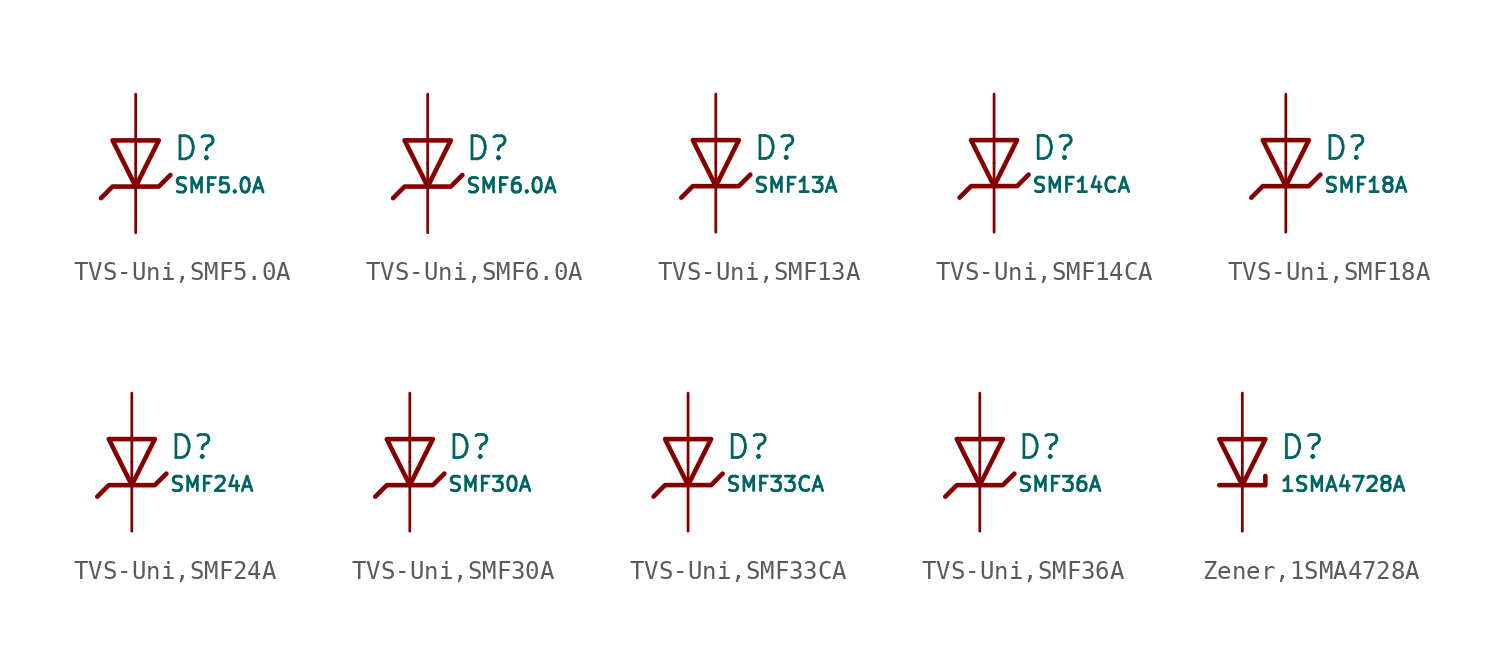
<source format=kicad_sym>
(kicad_symbol_lib
  (version 20231120)
  (generator "CDFER")
  (generator_version "8.0")
  (symbol "TVS-Uni,SMF5.0A"
    (pin_numbers hide)
    (pin_names
      (offset 0))
    (property "Reference" "D"
      (at 2.032 0.834 0)
      (effects (font (size 1.27 1.27)) (justify left)))
    (property "Value" "SMF5.0A"
      (at 2.032 -1.212 0)
      (effects (font (size 0.8 0.8)) (justify left)))
    (symbol "TVS-Uni,SMF5.0A_0_1"
      (polyline (pts (xy -1.27 1.27) (xy 0.00 -1.27) (xy 1.27 1.27) (xy -1.27 1.27)) (stroke (width 0.254) (type default)) (fill (type none))))
    (symbol "TVS-Uni,SMF5.0A_0_1"
      (polyline (pts (xy -1.905 -1.905) (xy -1.27 -1.27) (xy 1.27 -1.27) (xy 1.905 -0.635)) (stroke (width 0.254) (type default)) (fill (type none))))
    (symbol "TVS-Uni,SMF5.0A_1_1"
      (pin passive line (at 0 3.81 270) (length 3.81) (name "~" (effects (font (size 1.27 1.27)))) (number "2" (effects (font (size 1.27 1.27)))))
      (pin passive line (at 0 -3.81 90) (length 3.81) (name "~" (effects (font (size 1.27 1.27)))) (number "1" (effects (font (size 1.27 1.27)))))))
  (symbol "TVS-Uni,SMF6.0A"
    (pin_numbers hide)
    (pin_names
      (offset 0))
    (property "Reference" "D"
      (at 2.032 0.834 0)
      (effects (font (size 1.27 1.27)) (justify left)))
    (property "Value" "SMF6.0A"
      (at 2.032 -1.212 0)
      (effects (font (size 0.8 0.8)) (justify left)))
    (symbol "TVS-Uni,SMF6.0A_0_1"
      (polyline (pts (xy -1.27 1.27) (xy 0.00 -1.27) (xy 1.27 1.27) (xy -1.27 1.27)) (stroke (width 0.254) (type default)) (fill (type none))))
    (symbol "TVS-Uni,SMF6.0A_0_1"
      (polyline (pts (xy -1.905 -1.905) (xy -1.27 -1.27) (xy 1.27 -1.27) (xy 1.905 -0.635)) (stroke (width 0.254) (type default)) (fill (type none))))
    (symbol "TVS-Uni,SMF6.0A_1_1"
      (pin passive line (at 0 3.81 270) (length 3.81) (name "~" (effects (font (size 1.27 1.27)))) (number "2" (effects (font (size 1.27 1.27)))))
      (pin passive line (at 0 -3.81 90) (length 3.81) (name "~" (effects (font (size 1.27 1.27)))) (number "1" (effects (font (size 1.27 1.27)))))))
  (symbol "TVS-Uni,SMF13A"
    (pin_numbers hide)
    (pin_names
      (offset 0))
    (property "Reference" "D"
      (at 2.032 0.834 0)
      (effects (font (size 1.27 1.27)) (justify left)))
    (property "Value" "SMF13A"
      (at 2.032 -1.212 0)
      (effects (font (size 0.8 0.8)) (justify left)))
    (symbol "TVS-Uni,SMF13A_0_1"
      (polyline (pts (xy -1.27 1.27) (xy 0.00 -1.27) (xy 1.27 1.27) (xy -1.27 1.27)) (stroke (width 0.254) (type default)) (fill (type none))))
    (symbol "TVS-Uni,SMF13A_0_1"
      (polyline (pts (xy -1.905 -1.905) (xy -1.27 -1.27) (xy 1.27 -1.27) (xy 1.905 -0.635)) (stroke (width 0.254) (type default)) (fill (type none))))
    (symbol "TVS-Uni,SMF13A_1_1"
      (pin passive line (at 0 3.81 270) (length 3.81) (name "~" (effects (font (size 1.27 1.27)))) (number "2" (effects (font (size 1.27 1.27)))))
      (pin passive line (at 0 -3.81 90) (length 3.81) (name "~" (effects (font (size 1.27 1.27)))) (number "1" (effects (font (size 1.27 1.27)))))))
  (symbol "TVS-Uni,SMF14CA"
    (pin_numbers hide)
    (pin_names
      (offset 0))
    (property "Reference" "D"
      (at 2.032 0.834 0)
      (effects (font (size 1.27 1.27)) (justify left)))
    (property "Value" "SMF14CA"
      (at 2.032 -1.212 0)
      (effects (font (size 0.8 0.8)) (justify left)))
    (symbol "TVS-Uni,SMF14CA_0_1"
      (polyline (pts (xy -1.27 1.27) (xy 0.00 -1.27) (xy 1.27 1.27) (xy -1.27 1.27)) (stroke (width 0.254) (type default)) (fill (type none))))
    (symbol "TVS-Uni,SMF14CA_0_1"
      (polyline (pts (xy -1.905 -1.905) (xy -1.27 -1.27) (xy 1.27 -1.27) (xy 1.905 -0.635)) (stroke (width 0.254) (type default)) (fill (type none))))
    (symbol "TVS-Uni,SMF14CA_1_1"
      (pin passive line (at 0 3.81 270) (length 3.81) (name "~" (effects (font (size 1.27 1.27)))) (number "2" (effects (font (size 1.27 1.27)))))
      (pin passive line (at 0 -3.81 90) (length 3.81) (name "~" (effects (font (size 1.27 1.27)))) (number "1" (effects (font (size 1.27 1.27)))))))
  (symbol "TVS-Uni,SMF18A"
    (pin_numbers hide)
    (pin_names
      (offset 0))
    (property "Reference" "D"
      (at 2.032 0.834 0)
      (effects (font (size 1.27 1.27)) (justify left)))
    (property "Value" "SMF18A"
      (at 2.032 -1.212 0)
      (effects (font (size 0.8 0.8)) (justify left)))
    (symbol "TVS-Uni,SMF18A_0_1"
      (polyline (pts (xy -1.27 1.27) (xy 0.00 -1.27) (xy 1.27 1.27) (xy -1.27 1.27)) (stroke (width 0.254) (type default)) (fill (type none))))
    (symbol "TVS-Uni,SMF18A_0_1"
      (polyline (pts (xy -1.905 -1.905) (xy -1.27 -1.27) (xy 1.27 -1.27) (xy 1.905 -0.635)) (stroke (width 0.254) (type default)) (fill (type none))))
    (symbol "TVS-Uni,SMF18A_1_1"
      (pin passive line (at 0 3.81 270) (length 3.81) (name "~" (effects (font (size 1.27 1.27)))) (number "2" (effects (font (size 1.27 1.27)))))
      (pin passive line (at 0 -3.81 90) (length 3.81) (name "~" (effects (font (size 1.27 1.27)))) (number "1" (effects (font (size 1.27 1.27)))))))
  (symbol "TVS-Uni,SMF24A"
    (pin_numbers hide)
    (pin_names
      (offset 0))
    (property "Reference" "D"
      (at 2.032 0.834 0)
      (effects (font (size 1.27 1.27)) (justify left)))
    (property "Value" "SMF24A"
      (at 2.032 -1.212 0)
      (effects (font (size 0.8 0.8)) (justify left)))
    (symbol "TVS-Uni,SMF24A_0_1"
      (polyline (pts (xy -1.27 1.27) (xy 0.00 -1.27) (xy 1.27 1.27) (xy -1.27 1.27)) (stroke (width 0.254) (type default)) (fill (type none))))
    (symbol "TVS-Uni,SMF24A_0_1"
      (polyline (pts (xy -1.905 -1.905) (xy -1.27 -1.27) (xy 1.27 -1.27) (xy 1.905 -0.635)) (stroke (width 0.254) (type default)) (fill (type none))))
    (symbol "TVS-Uni,SMF24A_1_1"
      (pin passive line (at 0 3.81 270) (length 3.81) (name "~" (effects (font (size 1.27 1.27)))) (number "2" (effects (font (size 1.27 1.27)))))
      (pin passive line (at 0 -3.81 90) (length 3.81) (name "~" (effects (font (size 1.27 1.27)))) (number "1" (effects (font (size 1.27 1.27)))))))
  (symbol "TVS-Uni,SMF30A"
    (pin_numbers hide)
    (pin_names
      (offset 0))
    (property "Reference" "D"
      (at 2.032 0.834 0)
      (effects (font (size 1.27 1.27)) (justify left)))
    (property "Value" "SMF30A"
      (at 2.032 -1.212 0)
      (effects (font (size 0.8 0.8)) (justify left)))
    (symbol "TVS-Uni,SMF30A_0_1"
      (polyline (pts (xy -1.27 1.27) (xy 0.00 -1.27) (xy 1.27 1.27) (xy -1.27 1.27)) (stroke (width 0.254) (type default)) (fill (type none))))
    (symbol "TVS-Uni,SMF30A_0_1"
      (polyline (pts (xy -1.905 -1.905) (xy -1.27 -1.27) (xy 1.27 -1.27) (xy 1.905 -0.635)) (stroke (width 0.254) (type default)) (fill (type none))))
    (symbol "TVS-Uni,SMF30A_1_1"
      (pin passive line (at 0 3.81 270) (length 3.81) (name "~" (effects (font (size 1.27 1.27)))) (number "2" (effects (font (size 1.27 1.27)))))
      (pin passive line (at 0 -3.81 90) (length 3.81) (name "~" (effects (font (size 1.27 1.27)))) (number "1" (effects (font (size 1.27 1.27)))))))
  (symbol "TVS-Uni,SMF33CA"
    (pin_numbers hide)
    (pin_names
      (offset 0))
    (property "Reference" "D"
      (at 2.032 0.834 0)
      (effects (font (size 1.27 1.27)) (justify left)))
    (property "Value" "SMF33CA"
      (at 2.032 -1.212 0)
      (effects (font (size 0.8 0.8)) (justify left)))
    (symbol "TVS-Uni,SMF33CA_0_1"
      (polyline (pts (xy -1.27 1.27) (xy 0.00 -1.27) (xy 1.27 1.27) (xy -1.27 1.27)) (stroke (width 0.254) (type default)) (fill (type none))))
    (symbol "TVS-Uni,SMF33CA_0_1"
      (polyline (pts (xy -1.905 -1.905) (xy -1.27 -1.27) (xy 1.27 -1.27) (xy 1.905 -0.635)) (stroke (width 0.254) (type default)) (fill (type none))))
    (symbol "TVS-Uni,SMF33CA_1_1"
      (pin passive line (at 0 3.81 270) (length 3.81) (name "~" (effects (font (size 1.27 1.27)))) (number "2" (effects (font (size 1.27 1.27)))))
      (pin passive line (at 0 -3.81 90) (length 3.81) (name "~" (effects (font (size 1.27 1.27)))) (number "1" (effects (font (size 1.27 1.27)))))))
  (symbol "TVS-Uni,SMF36A"
    (pin_numbers hide)
    (pin_names
      (offset 0))
    (property "Reference" "D"
      (at 2.032 0.834 0)
      (effects (font (size 1.27 1.27)) (justify left)))
    (property "Value" "SMF36A"
      (at 2.032 -1.212 0)
      (effects (font (size 0.8 0.8)) (justify left)))
    (symbol "TVS-Uni,SMF36A_0_1"
      (polyline (pts (xy -1.27 1.27) (xy 0.00 -1.27) (xy 1.27 1.27) (xy -1.27 1.27)) (stroke (width 0.254) (type default)) (fill (type none))))
    (symbol "TVS-Uni,SMF36A_0_1"
      (polyline (pts (xy -1.905 -1.905) (xy -1.27 -1.27) (xy 1.27 -1.27) (xy 1.905 -0.635)) (stroke (width 0.254) (type default)) (fill (type none))))
    (symbol "TVS-Uni,SMF36A_1_1"
      (pin passive line (at 0 3.81 270) (length 3.81) (name "~" (effects (font (size 1.27 1.27)))) (number "2" (effects (font (size 1.27 1.27)))))
      (pin passive line (at 0 -3.81 90) (length 3.81) (name "~" (effects (font (size 1.27 1.27)))) (number "1" (effects (font (size 1.27 1.27)))))))
  (symbol "Zener,1SMA4728A"
    (pin_numbers hide)
    (pin_names
      (offset 0))
    (property "Reference" "D"
      (at 2.032 0.834 0)
      (effects (font (size 1.27 1.27)) (justify left)))
    (property "Value" "1SMA4728A"
      (at 2.032 -1.212 0)
      (effects (font (size 0.8 0.8)) (justify left)))
    (symbol "Zener,1SMA4728A_0_1"
      (polyline (pts (xy -1.27 1.27) (xy 0.00 -1.27) (xy 1.27 1.27) (xy -1.27 1.27)) (stroke (width 0.254) (type default)) (fill (type none))))
    (symbol "Zener,1SMA4728A_0_1"
      (polyline (pts (xy -1.27 -1.27) (xy 1.27 -1.27) (xy 1.27 -0.762)) (stroke (width 0.254) (type default)) (fill (type none))))
    (symbol "Zener,1SMA4728A_1_1"
      (pin passive line (at 0 3.81 270) (length 3.81) (name "~" (effects (font (size 1.27 1.27)))) (number "2" (effects (font (size 1.27 1.27)))))
      (pin passive line (at 0 -3.81 90) (length 3.81) (name "~" (effects (font (size 1.27 1.27)))) (number "1" (effects (font (size 1.27 1.27))))))))
</source>
